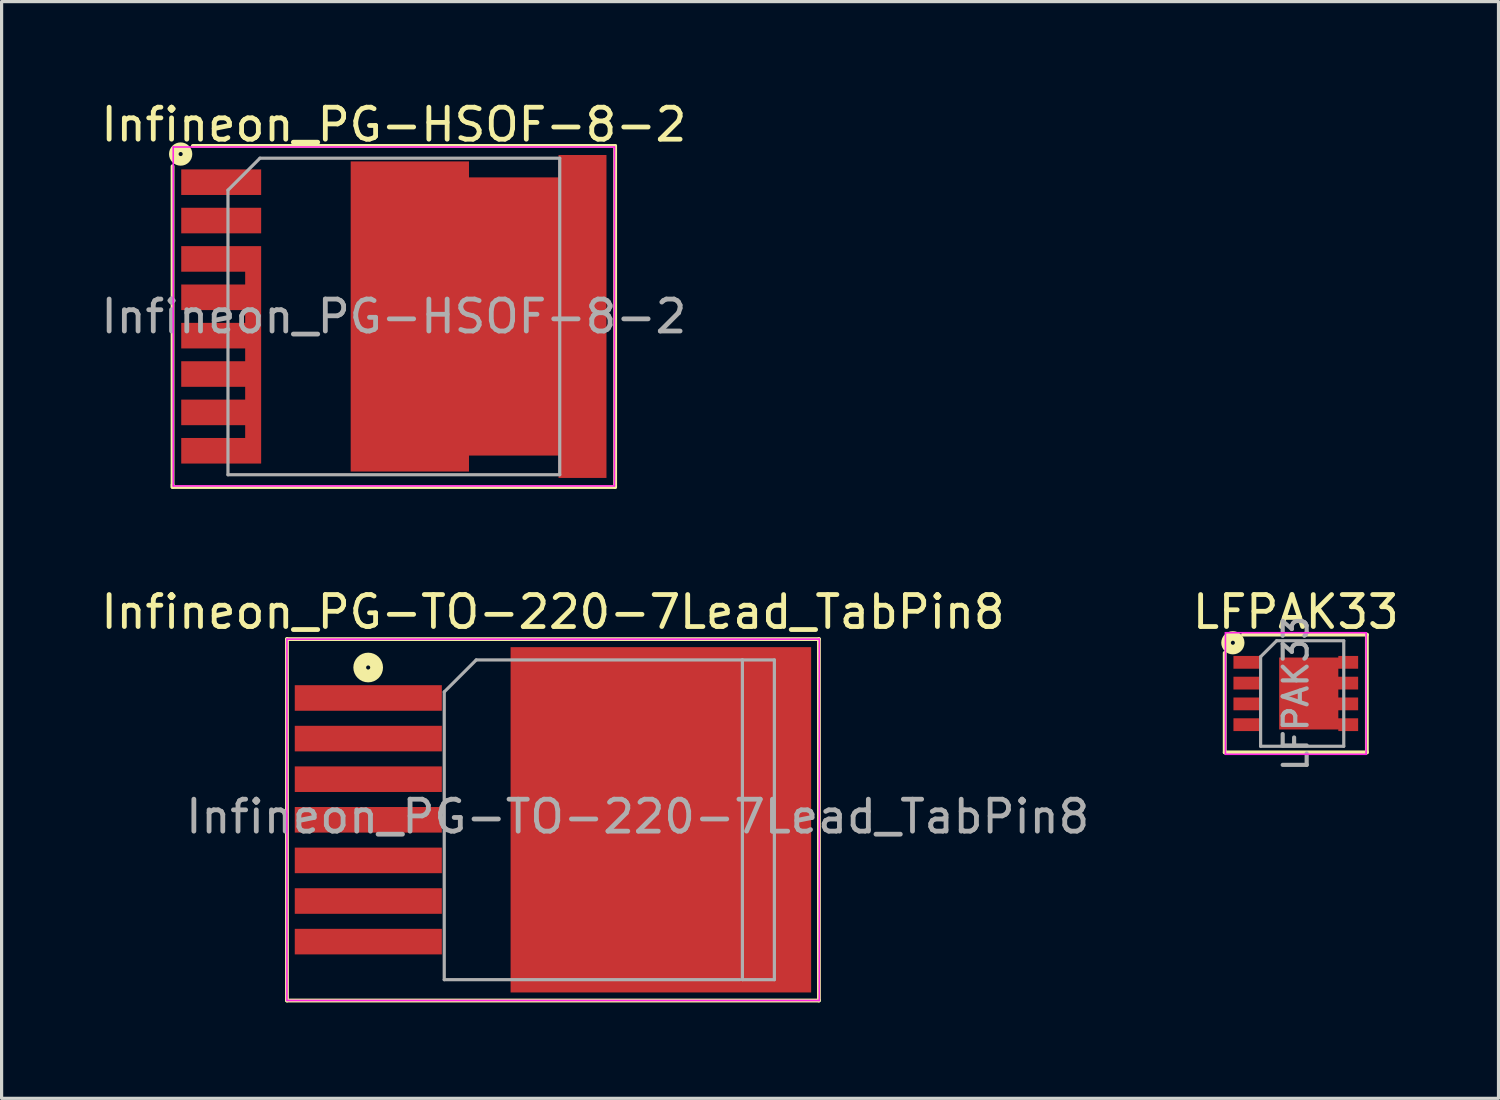
<source format=kicad_pcb>
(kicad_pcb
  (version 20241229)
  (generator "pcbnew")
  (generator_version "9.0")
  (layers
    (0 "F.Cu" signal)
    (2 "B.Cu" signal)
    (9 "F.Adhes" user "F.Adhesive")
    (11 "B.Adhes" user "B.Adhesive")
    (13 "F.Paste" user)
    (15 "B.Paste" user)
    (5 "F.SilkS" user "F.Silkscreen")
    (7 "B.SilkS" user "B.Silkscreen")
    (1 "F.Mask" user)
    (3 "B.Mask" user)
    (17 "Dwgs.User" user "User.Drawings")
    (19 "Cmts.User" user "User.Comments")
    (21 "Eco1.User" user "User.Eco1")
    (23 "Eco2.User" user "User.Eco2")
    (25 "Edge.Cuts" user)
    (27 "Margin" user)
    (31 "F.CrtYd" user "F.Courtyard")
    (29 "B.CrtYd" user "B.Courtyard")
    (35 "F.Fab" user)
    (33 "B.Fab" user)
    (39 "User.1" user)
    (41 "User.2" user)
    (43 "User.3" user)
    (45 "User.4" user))
  (footprint "Infineon_PG-HSOF-8-2"
    (layer "F.Cu")
    (at 9.268 6.848)
    (property "Reference" "Infineon_PG-HSOF-8-2" (at 0 -6 0) (layer "F.SilkS") (effects (font (size 1 1) (thickness 0.15))))
    (attr smd)
    (fp_line (start -6.921 -4.699) (end -6.921 5.271) (stroke (width 0.12) (type solid)) (layer "F.SilkS"))
    (fp_line (start -6.921 5.271) (end -6.921 5.334) (stroke (width 0.12) (type solid)) (layer "F.SilkS"))
    (fp_line (start -6.921 5.334) (end 6.921 5.334) (stroke (width 0.12) (type solid)) (layer "F.SilkS"))
    (fp_line (start 6.921 -5.334) (end -6.287 -5.334) (stroke (width 0.12) (type solid)) (layer "F.SilkS"))
    (fp_line (start 6.921 5.334) (end 6.921 -5.334) (stroke (width 0.12) (type solid)) (layer "F.SilkS"))
    (fp_circle (center -6.668 -5.08) (end -6.604 -5.08) (stroke (width 0.3) (type solid)) (fill no) (layer "F.SilkS"))
    (fp_line (start -6.9 5.3) (end -6.9 -5.3) (stroke (width 0.05) (type solid)) (layer "F.CrtYd"))
    (fp_line (start -6.9 5.3) (end 6.9 5.3) (stroke (width 0.05) (type solid)) (layer "F.CrtYd"))
    (fp_line (start 6.9 -5.3) (end -6.9 -5.3) (stroke (width 0.05) (type solid)) (layer "F.CrtYd"))
    (fp_line (start 6.9 -5.3) (end 6.9 5.3) (stroke (width 0.05) (type solid)) (layer "F.CrtYd"))
    (fp_line (start -5.188 4.95) (end -5.188 -3.95) (stroke (width 0.1) (type solid)) (layer "F.Fab"))
    (fp_line (start -4.188 -4.95) (end -5.188 -3.95) (stroke (width 0.1) (type solid)) (layer "F.Fab"))
    (fp_line (start -4.188 -4.95) (end 5.188 -4.95) (stroke (width 0.1) (type solid)) (layer "F.Fab"))
    (fp_line (start 5.188 -4.95) (end 5.188 4.95) (stroke (width 0.1) (type solid)) (layer "F.Fab"))
    (fp_line (start 5.188 4.95) (end -5.188 4.95) (stroke (width 0.1) (type solid)) (layer "F.Fab"))
    (fp_text user "${REFERENCE}" (at 0 0 0) (layer "F.Fab") (effects (font (size 1 1) (thickness 0.15))))
    (pad "" smd rect (at -5.4 -4.2) (size 2.35 0.7) (layers "F.Paste"))
    (pad "" smd rect (at -5.4 -3) (size 2.35 0.7) (layers "F.Paste"))
    (pad "" smd rect (at -5.4 -1.8) (size 2.35 0.7) (layers "F.Paste"))
    (pad "" smd rect (at -5.4 -0.6) (size 2.35 0.7) (layers "F.Paste"))
    (pad "" smd rect (at -5.4 0.6) (size 2.35 0.7) (layers "F.Paste"))
    (pad "" smd rect (at -5.4 1.8) (size 2.35 0.7) (layers "F.Paste"))
    (pad "" smd rect (at -5.4 3) (size 2.35 0.7) (layers "F.Paste"))
    (pad "" smd rect (at -5.4 4.2) (size 2.35 0.7) (layers "F.Paste"))
    (pad "" smd circle (at -0.05 -4.2) (size 1 1) (layers "F.Paste"))
    (pad "" smd circle (at -0.05 -3) (size 1 1) (layers "F.Paste"))
    (pad "" smd circle (at -0.05 -1.8) (size 1 1) (layers "F.Paste"))
    (pad "" smd circle (at -0.05 -0.6) (size 1 1) (layers "F.Paste"))
    (pad "" smd circle (at -0.05 0.6) (size 1 1) (layers "F.Paste"))
    (pad "" smd circle (at -0.05 1.8) (size 1 1) (layers "F.Paste"))
    (pad "" smd circle (at -0.05 3) (size 1 1) (layers "F.Paste"))
    (pad "" smd circle (at -0.05 4.2) (size 1 1) (layers "F.Paste"))
    (pad "" smd circle (at 1.15 -4.2) (size 1 1) (layers "F.Paste"))
    (pad "" smd circle (at 1.15 -3) (size 1 1) (layers "F.Paste"))
    (pad "" smd circle (at 1.15 -1.8) (size 1 1) (layers "F.Paste"))
    (pad "" smd circle (at 1.15 -0.6) (size 1 1) (layers "F.Paste"))
    (pad "" smd circle (at 1.15 0.6) (size 1 1) (layers "F.Paste"))
    (pad "" smd circle (at 1.15 1.8) (size 1 1) (layers "F.Paste"))
    (pad "" smd circle (at 1.15 3) (size 1 1) (layers "F.Paste"))
    (pad "" smd circle (at 1.15 4.2) (size 1 1) (layers "F.Paste"))
    (pad "" smd circle (at 2.35 -3) (size 1 1) (layers "F.Paste"))
    (pad "" smd circle (at 2.35 -1.8) (size 1 1) (layers "F.Paste"))
    (pad "" smd circle (at 2.35 -0.6) (size 1 1) (layers "F.Paste"))
    (pad "" smd circle (at 2.35 0.6) (size 1 1) (layers "F.Paste"))
    (pad "" smd circle (at 2.35 1.8) (size 1 1) (layers "F.Paste"))
    (pad "" smd circle (at 2.35 3) (size 1 1) (layers "F.Paste"))
    (pad "" smd circle (at 3.55 -3) (size 1 1) (layers "F.Paste"))
    (pad "" smd circle (at 3.55 -1.8) (size 1 1) (layers "F.Paste"))
    (pad "" smd circle (at 3.55 -0.6) (size 1 1) (layers "F.Paste"))
    (pad "" smd circle (at 3.55 0.6) (size 1 1) (layers "F.Paste"))
    (pad "" smd circle (at 3.55 1.8) (size 1 1) (layers "F.Paste"))
    (pad "" smd circle (at 3.55 3) (size 1 1) (layers "F.Paste"))
    (pad "" smd circle (at 4.75 -3) (size 1 1) (layers "F.Paste"))
    (pad "" smd circle (at 4.75 -1.8) (size 1 1) (layers "F.Paste"))
    (pad "" smd circle (at 4.75 -0.6) (size 1 1) (layers "F.Paste"))
    (pad "" smd circle (at 4.75 0.6) (size 1 1) (layers "F.Paste"))
    (pad "" smd circle (at 4.75 1.8) (size 1 1) (layers "F.Paste"))
    (pad "" smd circle (at 4.75 3) (size 1 1) (layers "F.Paste"))
    (pad "" smd circle (at 5.95 -4.2) (size 1 1) (layers "F.Paste"))
    (pad "" smd circle (at 5.95 -3) (size 1 1) (layers "F.Paste"))
    (pad "" smd circle (at 5.95 -1.8) (size 1 1) (layers "F.Paste"))
    (pad "" smd circle (at 5.95 -0.6) (size 1 1) (layers "F.Paste"))
    (pad "" smd circle (at 5.95 0.6) (size 1 1) (layers "F.Paste"))
    (pad "" smd circle (at 5.95 1.8) (size 1 1) (layers "F.Paste"))
    (pad "" smd circle (at 5.95 3) (size 1 1) (layers "F.Paste"))
    (pad "" smd circle (at 5.95 4.2) (size 1 1) (layers "F.Paste"))
    (pad "1" smd rect (at -5.4 -4.2) (size 2.5 0.8) (layers "F.Cu" "F.Mask"))
    (pad "2" smd rect (at -5.4 -3) (size 2.5 0.8) (layers "F.Cu" "F.Mask"))
    (pad "3" smd custom (at -4.4 1.2) (size 0.5 6.8) (layers "F.Cu" "F.Mask") (options (anchor rect)) (primitives (gr_poly (pts (xy -0.25 -2.6) (xy -2.25 -2.6) (xy -2.25 -3.4) (xy -0.25 -3.4)) (width 0) (fill yes)) (gr_poly (pts (xy -0.25 -1.4) (xy -2.25 -1.4) (xy -2.25 -2.2) (xy -0.25 -2.2)) (width 0) (fill yes)) (gr_poly (pts (xy -0.25 -0.2) (xy -2.25 -0.2) (xy -2.25 -1) (xy -0.25 -1)) (width 0) (fill yes)) (gr_poly (pts (xy -0.25 1) (xy -2.25 1) (xy -2.25 0.2) (xy -0.25 0.2)) (width 0) (fill yes)) (gr_poly (pts (xy -0.25 2.2) (xy -2.25 2.2) (xy -2.25 1.4) (xy -0.25 1.4)) (width 0) (fill yes)) (gr_poly (pts (xy -0.25 3.4) (xy -2.25 3.4) (xy -2.25 2.6) (xy -0.25 2.6)) (width 0) (fill yes))))
    (pad "4" smd custom (at 3.75 0) (size 2.8 8.7) (layers "F.Cu" "F.Mask") (options (anchor rect)) (primitives (gr_poly (pts (xy 2.9 5.05) (xy 1.4 5.05) (xy 1.4 -5.05) (xy 2.9 -5.05)) (width 0) (fill yes)) (gr_poly (pts (xy -1.4 4.85) (xy -5.1 4.85) (xy -5.1 -4.85) (xy -1.4 -4.85)) (width 0) (fill yes)))))
  (footprint "LFPAK33"
    (layer "F.Cu")
    (at 37.477 18.64)
    (property "Reference" "LFPAK33" (at 0 -2.55 0) (layer "F.SilkS") (effects (font (size 1 1) (thickness 0.15))))
    (attr smd)
    (fp_line (start -2.223 -1.27) (end -2.223 1.841) (stroke (width 0.12) (type solid)) (layer "F.SilkS"))
    (fp_line (start -2.223 1.841) (end 2.223 1.841) (stroke (width 0.12) (type solid)) (layer "F.SilkS"))
    (fp_line (start 2.223 -1.841) (end -1.651 -1.841) (stroke (width 0.12) (type solid)) (layer "F.SilkS"))
    (fp_line (start 2.223 1.841) (end 2.223 -1.841) (stroke (width 0.12) (type solid)) (layer "F.SilkS"))
    (fp_circle (center -1.968 -1.587) (end -1.905 -1.587) (stroke (width 0.3) (type solid)) (fill no) (layer "F.SilkS"))
    (fp_line (start -2.2 -1.9) (end 2.2 -1.9) (stroke (width 0.05) (type solid)) (layer "F.CrtYd"))
    (fp_line (start -2.2 1.9) (end -2.2 -1.9) (stroke (width 0.05) (type solid)) (layer "F.CrtYd"))
    (fp_line (start -2.2 1.9) (end 2.2 1.9) (stroke (width 0.05) (type solid)) (layer "F.CrtYd"))
    (fp_line (start 2.2 -1.9) (end 2.2 1.9) (stroke (width 0.05) (type solid)) (layer "F.CrtYd"))
    (fp_line (start -1.1 -1.15) (end -1.1 1.65) (stroke (width 0.1) (type solid)) (layer "F.Fab"))
    (fp_line (start -1.1 1.65) (end 1.5 1.65) (stroke (width 0.1) (type solid)) (layer "F.Fab"))
    (fp_line (start -0.6 -1.65) (end -1.1 -1.15) (stroke (width 0.1) (type solid)) (layer "F.Fab"))
    (fp_line (start -0.6 -1.65) (end 1.5 -1.65) (stroke (width 0.1) (type solid)) (layer "F.Fab"))
    (fp_line (start 1.5 1.65) (end 1.5 -1.65) (stroke (width 0.1) (type solid)) (layer "F.Fab"))
    (fp_text user "${REFERENCE}" (at 0 0 90) (layer "F.Fab") (effects (font (size 0.75 0.75) (thickness 0.13))))
    (pad "" smd rect (at -1.535 -0.975) (size 0.83 0.3) (layers "F.Paste"))
    (pad "" smd rect (at -1.535 -0.325) (size 0.83 0.3) (layers "F.Paste"))
    (pad "" smd rect (at -1.535 0.325) (size 0.83 0.3) (layers "F.Paste"))
    (pad "" smd rect (at -1.535 0.975) (size 0.83 0.3) (layers "F.Paste"))
    (pad "" smd rect (at -0.215 -0.626) (size 0.51 0.635) (layers "F.Paste"))
    (pad "" smd rect (at -0.215 0.626) (size 0.51 0.635) (layers "F.Paste"))
    (pad "" smd rect (at 0.645 -0.626) (size 0.51 0.635) (layers "F.Paste"))
    (pad "" smd rect (at 0.645 0.626) (size 0.51 0.635) (layers "F.Paste"))
    (pad "" smd rect (at 1.575 -0.975) (size 0.75 0.3) (layers "F.Paste"))
    (pad "" smd rect (at 1.575 -0.325) (size 0.75 0.3) (layers "F.Paste"))
    (pad "" smd rect (at 1.575 0.325) (size 0.75 0.3) (layers "F.Paste"))
    (pad "" smd rect (at 1.575 0.975) (size 0.75 0.3) (layers "F.Paste"))
    (pad "1" smd rect (at -1.535 -0.975) (size 0.83 0.4) (layers "F.Cu" "F.Mask"))
    (pad "2" smd rect (at -1.535 -0.325) (size 0.83 0.4) (layers "F.Cu" "F.Mask"))
    (pad "3" smd rect (at -1.535 0.325) (size 0.83 0.4) (layers "F.Cu" "F.Mask"))
    (pad "4" smd rect (at -1.535 0.975) (size 0.83 0.4) (layers "F.Cu" "F.Mask"))
    (pad "5" smd custom (at 0.405 0) (size 1.85 2.25) (layers "F.Cu" "F.Mask") (options (anchor rect)) (primitives (gr_poly (pts (xy 1.545 -0.775) (xy 0.925 -0.775) (xy 0.925 -1.175) (xy 1.545 -1.175)) (width 0) (fill yes)) (gr_poly (pts (xy 1.545 -0.125) (xy 0.925 -0.125) (xy 0.925 -0.525) (xy 1.545 -0.525)) (width 0) (fill yes)) (gr_poly (pts (xy 1.545 0.525) (xy 0.925 0.525) (xy 0.925 0.125) (xy 1.545 0.125)) (width 0) (fill yes)) (gr_poly (pts (xy 1.545 1.175) (xy 0.925 1.175) (xy 0.925 0.775) (xy 1.545 0.775)) (width 0) (fill yes)))))
  (footprint "Infineon_PG-TO-220-7Lead_TabPin8"
    (layer "F.Cu")
    (at 14.244 22.59)
    (property "Reference" "Infineon_PG-TO-220-7Lead_TabPin8" (at 0 -6.5 0) (layer "F.SilkS") (effects (font (size 1 1) (thickness 0.15))))
    (attr smd)
    (fp_line (start -8.319 -5.652) (end -8.319 5.652) (stroke (width 0.12) (type solid)) (layer "F.SilkS"))
    (fp_line (start -8.319 5.652) (end 8.319 5.652) (stroke (width 0.12) (type solid)) (layer "F.SilkS"))
    (fp_line (start 8.319 -5.652) (end -8.319 -5.652) (stroke (width 0.12) (type solid)) (layer "F.SilkS"))
    (fp_line (start 8.319 5.652) (end 8.319 -5.652) (stroke (width 0.12) (type solid)) (layer "F.SilkS"))
    (fp_circle (center -5.779 -4.763) (end -5.715 -4.763) (stroke (width 0.4) (type solid)) (fill no) (layer "F.SilkS"))
    (fp_line (start -8.32 -5.65) (end -8.32 5.65) (stroke (width 0.05) (type solid)) (layer "F.CrtYd"))
    (fp_line (start -8.32 -5.65) (end 8.33 -5.65) (stroke (width 0.05) (type solid)) (layer "F.CrtYd"))
    (fp_line (start 8.33 5.65) (end -8.32 5.65) (stroke (width 0.05) (type solid)) (layer "F.CrtYd"))
    (fp_line (start 8.33 5.65) (end 8.33 -5.65) (stroke (width 0.05) (type solid)) (layer "F.CrtYd"))
    (fp_line (start -3.4 -4) (end -3.4 5) (stroke (width 0.1) (type solid)) (layer "F.Fab"))
    (fp_line (start -3.4 -4) (end -2.4 -5) (stroke (width 0.1) (type solid)) (layer "F.Fab"))
    (fp_line (start -3.4 5) (end 5.85 5) (stroke (width 0.1) (type solid)) (layer "F.Fab"))
    (fp_line (start -2.4 -5) (end 5.925 -5) (stroke (width 0.1) (type solid)) (layer "F.Fab"))
    (fp_line (start 5.925 -5) (end 5.925 5) (stroke (width 0.1) (type solid)) (layer "F.Fab"))
    (fp_line (start 5.925 -5) (end 6.925 -5) (stroke (width 0.1) (type solid)) (layer "F.Fab"))
    (fp_line (start 5.925 5) (end 6.925 5) (stroke (width 0.1) (type solid)) (layer "F.Fab"))
    (fp_line (start 6.925 -5) (end 6.925 5) (stroke (width 0.1) (type solid)) (layer "F.Fab"))
    (fp_text user "${REFERENCE}" (at 2.65 -0.1 0) (layer "F.Fab") (effects (font (size 1 1) (thickness 0.15))))
    (pad "" smd rect (at 1 -2.75) (size 4.6 5.3) (layers "F.Paste"))
    (pad "" smd rect (at 1 2.75) (size 4.6 5.3) (layers "F.Paste"))
    (pad "" smd rect (at 5.75 -2.75) (size 4.6 5.3) (layers "F.Paste"))
    (pad "" smd rect (at 5.75 2.75) (size 4.6 5.3) (layers "F.Paste"))
    (pad "1" smd rect (at -5.775 -3.81) (size 4.6 0.8) (layers "F.Cu" "F.Mask" "F.Paste"))
    (pad "2" smd rect (at -5.775 -2.54) (size 4.6 0.8) (layers "F.Cu" "F.Mask" "F.Paste"))
    (pad "3" smd rect (at -5.775 -1.27) (size 4.6 0.8) (layers "F.Cu" "F.Mask" "F.Paste"))
    (pad "4" smd rect (at -5.775 0) (size 4.6 0.8) (layers "F.Cu" "F.Mask" "F.Paste"))
    (pad "5" smd rect (at -5.775 1.27) (size 4.6 0.8) (layers "F.Cu" "F.Mask" "F.Paste"))
    (pad "6" smd rect (at -5.775 2.54) (size 4.6 0.8) (layers "F.Cu" "F.Mask" "F.Paste"))
    (pad "7" smd rect (at -5.775 3.81) (size 4.6 0.8) (layers "F.Cu" "F.Mask" "F.Paste"))
    (pad "8" smd rect (at 3.375 0) (size 9.4 10.8) (layers "F.Cu" "F.Mask")))
  (gr_rect
    (start -3 -3)
    (end 43.817 31.302)
    (stroke (width 0.1) (type default))
    (fill no)
    (layer "Edge.Cuts")))
</source>
